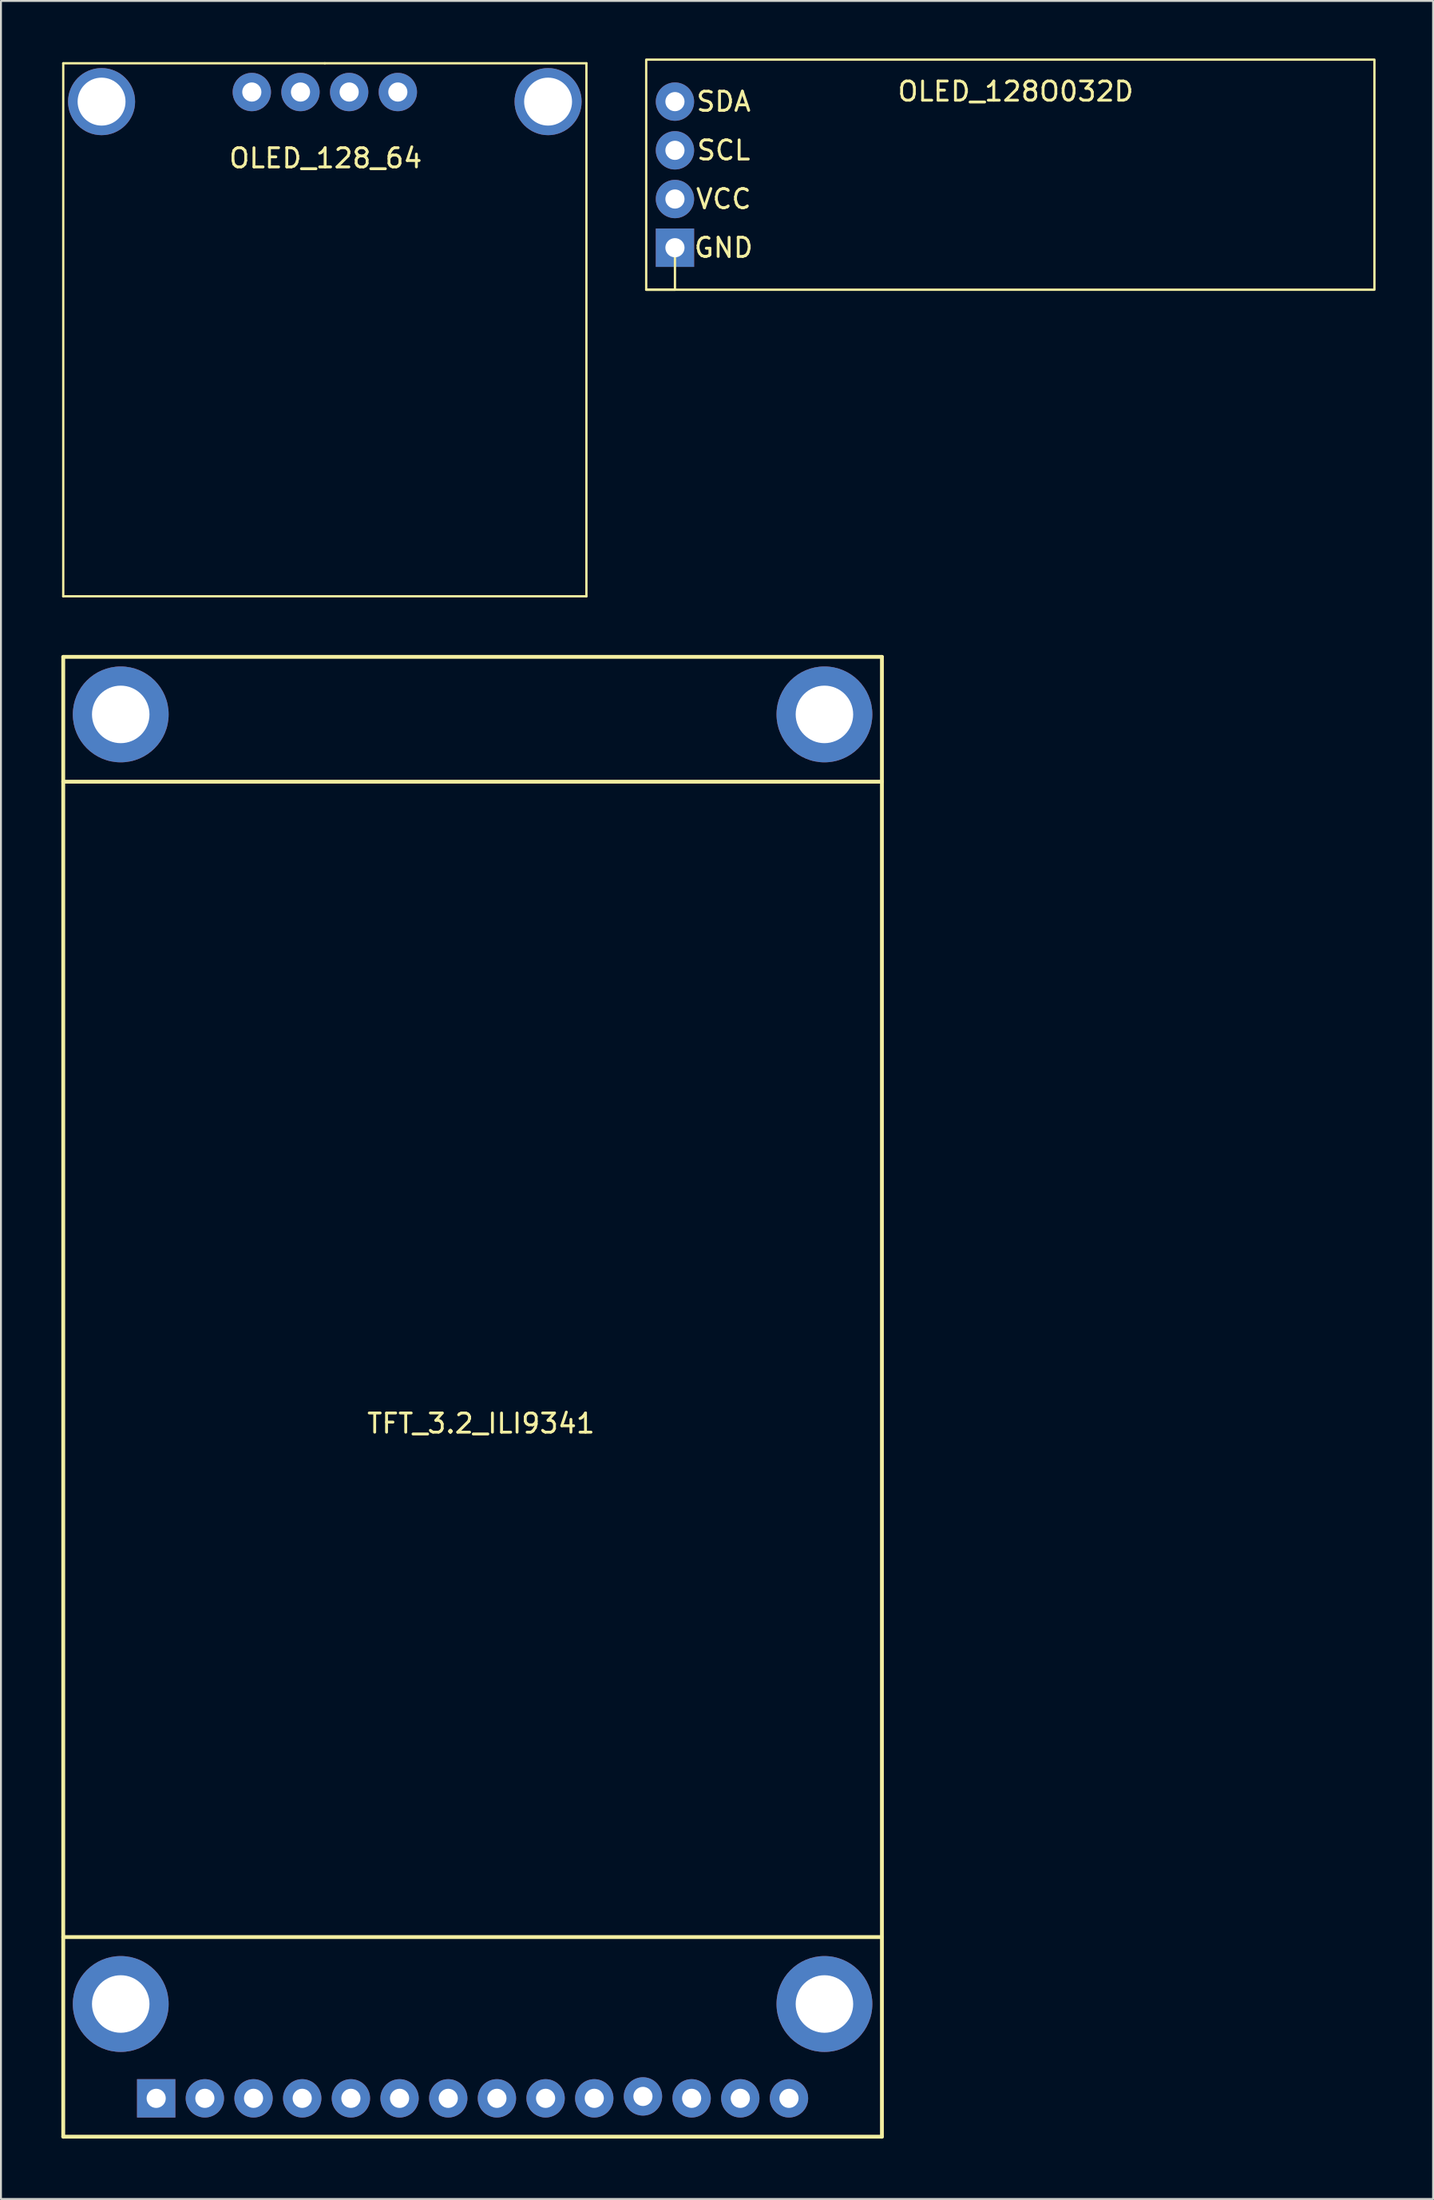
<source format=kicad_pcb>
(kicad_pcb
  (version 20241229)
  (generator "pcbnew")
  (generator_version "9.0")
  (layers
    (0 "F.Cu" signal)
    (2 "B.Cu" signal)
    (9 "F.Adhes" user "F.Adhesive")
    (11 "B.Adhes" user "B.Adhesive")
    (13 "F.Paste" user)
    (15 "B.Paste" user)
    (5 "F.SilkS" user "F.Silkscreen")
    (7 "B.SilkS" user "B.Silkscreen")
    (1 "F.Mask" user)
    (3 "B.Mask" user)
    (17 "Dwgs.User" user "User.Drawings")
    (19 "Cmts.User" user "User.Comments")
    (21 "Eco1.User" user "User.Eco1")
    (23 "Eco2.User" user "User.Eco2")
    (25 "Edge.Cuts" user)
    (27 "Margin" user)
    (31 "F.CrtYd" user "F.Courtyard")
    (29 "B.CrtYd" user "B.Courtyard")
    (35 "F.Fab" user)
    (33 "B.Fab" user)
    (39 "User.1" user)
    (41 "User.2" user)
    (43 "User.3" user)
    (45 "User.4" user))
  (footprint "OLED_128_64"
    (layer "F.Cu")
    (at 0.25 0.25)
    (property "Reference" "OLED_128_64" (at 13.69 4.95 0) (unlocked yes) (layer "F.SilkS") (effects (font (size 1 1) (thickness 0.15))))
    (attr through_hole)
    (fp_line (start 0 0) (end 0 27.8) (stroke (width 0.12) (type solid)) (layer "F.SilkS"))
    (fp_line (start 0 0) (end 13.65 0) (stroke (width 0.12) (type solid)) (layer "F.SilkS"))
    (fp_line (start 0 27.8) (end 27.3 27.8) (stroke (width 0.12) (type solid)) (layer "F.SilkS"))
    (fp_line (start 13.65 0) (end 27.3 0) (stroke (width 0.12) (type solid)) (layer "F.SilkS"))
    (fp_line (start 27.3 0) (end 27.3 27.8) (stroke (width 0.12) (type solid)) (layer "F.SilkS"))
    (pad "" np_thru_hole circle (at 2 2) (size 3.5 3.5) (drill 2.5) (layers "*.Cu" "*.Mask"))
    (pad "" np_thru_hole circle (at 25.3 2) (size 3.5 3.5) (drill 2.5) (layers "*.Cu" "*.Mask"))
    (pad "1" thru_hole circle (at 9.84 1.5) (size 2 2) (drill 1) (layers "*.Cu" "*.Mask"))
    (pad "2" thru_hole circle (at 12.38 1.5) (size 2 2) (drill 1) (layers "*.Cu" "*.Mask"))
    (pad "3" thru_hole circle (at 14.92 1.5) (size 2 2) (drill 1) (layers "*.Cu" "*.Mask"))
    (pad "4" thru_hole circle (at 17.46 1.5) (size 2 2) (drill 1) (layers "*.Cu" "*.Mask")))
  (footprint "OLED_128O032D"
    (layer "F.Cu")
    (at 32.17 9.87)
    (property "Reference" "OLED_128O032D" (at 17.78 -8.15 0) (unlocked yes) (layer "F.SilkS") (effects (font (size 1 1) (thickness 0.15))))
    (attr through_hole)
    (fp_line (start 0 0) (end 0 2.19) (stroke (width 0.12) (type solid)) (layer "F.SilkS"))
    (fp_line (start 0 2.19) (end -1.5 2.19) (stroke (width 0.12) (type solid)) (layer "F.SilkS"))
    (fp_rect (start -1.5 2.19) (end 36.5 -9.81) (stroke (width 0.12) (type solid)) (fill no) (layer "F.SilkS"))
    (fp_text user "GND" (at 2.54 0 0) (unlocked yes) (layer "F.SilkS") (effects (font (size 1 1) (thickness 0.15))))
    (fp_text user "VCC" (at 2.54 -2.54 0) (unlocked yes) (layer "F.SilkS") (effects (font (size 1 1) (thickness 0.15))))
    (fp_text user "SDA" (at 2.54 -7.62 0) (unlocked yes) (layer "F.SilkS") (effects (font (size 1 1) (thickness 0.15))))
    (fp_text user "SCL" (at 2.54 -5.08 0) (unlocked yes) (layer "F.SilkS") (effects (font (size 1 1) (thickness 0.15))))
    (pad "1" thru_hole rect (at 0 0) (size 2 2) (drill 1) (layers "*.Cu" "*.Mask"))
    (pad "2" thru_hole circle (at 0 -2.54) (size 2 2) (drill 1) (layers "*.Cu" "*.Mask"))
    (pad "3" thru_hole circle (at 0 -5.08) (size 2 2) (drill 1) (layers "*.Cu" "*.Mask"))
    (pad "4" thru_hole circle (at 0 -7.62) (size 2 2) (drill 1) (layers "*.Cu" "*.Mask")))
  (footprint "TFT_3.2_ILI9341"
    (layer "F.Cu")
    (at 0.25 108.39)
    (property "Reference" "TFT_3.2_ILI9341" (at 21.8 -37.2 0) (unlocked yes) (layer "F.SilkS") (effects (font (size 1 1) (thickness 0.15))))
    (attr through_hole)
    (fp_line (start 0 -77.18) (end 42.72 -77.18) (stroke (width 0.2) (type solid)) (layer "F.SilkS"))
    (fp_line (start 0 -70.67) (end 42.72 -70.67) (stroke (width 0.2) (type solid)) (layer "F.SilkS"))
    (fp_line (start 0 -10.41) (end 42.7 -10.41) (stroke (width 0.2) (type solid)) (layer "F.SilkS"))
    (fp_line (start 0 0) (end 0 -77.18) (stroke (width 0.2) (type solid)) (layer "F.SilkS"))
    (fp_line (start 0 0) (end 42.72 0) (stroke (width 0.2) (type solid)) (layer "F.SilkS"))
    (fp_line (start 42.72 0) (end 42.72 -77.18) (stroke (width 0.2) (type solid)) (layer "F.SilkS"))
    (pad "" np_thru_hole circle (at 3 -74.18) (size 5 5) (drill 3) (layers "*.Cu" "*.Mask"))
    (pad "" np_thru_hole circle (at 3 -6.92) (size 5 5) (drill 3) (layers "*.Cu" "*.Mask"))
    (pad "" np_thru_hole circle (at 39.72 -74.18) (size 5 5) (drill 3) (layers "*.Cu" "*.Mask"))
    (pad "" np_thru_hole circle (at 39.72 -6.92) (size 5 5) (drill 3) (layers "*.Cu" "*.Mask"))
    (pad "1" thru_hole rect (at 4.85 -2) (size 2 2) (drill 1) (layers "*.Cu" "*.Mask"))
    (pad "2" thru_hole circle (at 7.39 -2) (size 2 2) (drill 1) (layers "*.Cu" "*.Mask"))
    (pad "3" thru_hole circle (at 9.93 -2) (size 2 2) (drill 1) (layers "*.Cu" "*.Mask"))
    (pad "4" thru_hole circle (at 12.47 -2) (size 2 2) (drill 1) (layers "*.Cu" "*.Mask"))
    (pad "5" thru_hole circle (at 15.01 -2) (size 2 2) (drill 1) (layers "*.Cu" "*.Mask"))
    (pad "6" thru_hole circle (at 17.55 -2) (size 2 2) (drill 1) (layers "*.Cu" "*.Mask"))
    (pad "7" thru_hole circle (at 20.09 -2) (size 2 2) (drill 1) (layers "*.Cu" "*.Mask"))
    (pad "8" thru_hole circle (at 22.63 -2) (size 2 2) (drill 1) (layers "*.Cu" "*.Mask"))
    (pad "9" thru_hole circle (at 25.17 -2) (size 2 2) (drill 1) (layers "*.Cu" "*.Mask"))
    (pad "10" thru_hole circle (at 27.71 -2) (size 2 2) (drill 1) (layers "*.Cu" "*.Mask"))
    (pad "11" thru_hole circle (at 30.25 -2.1) (size 2 2) (drill 1) (layers "*.Cu" "*.Mask"))
    (pad "12" thru_hole circle (at 32.79 -2) (size 2 2) (drill 1) (layers "*.Cu" "*.Mask"))
    (pad "13" thru_hole circle (at 35.33 -2) (size 2 2) (drill 1) (layers "*.Cu" "*.Mask"))
    (pad "14" thru_hole circle (at 37.87 -2) (size 2 2) (drill 1) (layers "*.Cu" "*.Mask")))
  (gr_rect
    (start -3 -3)
    (end 71.73 111.64)
    (stroke (width 0.1) (type default))
    (fill no)
    (layer "Edge.Cuts")))
</source>
